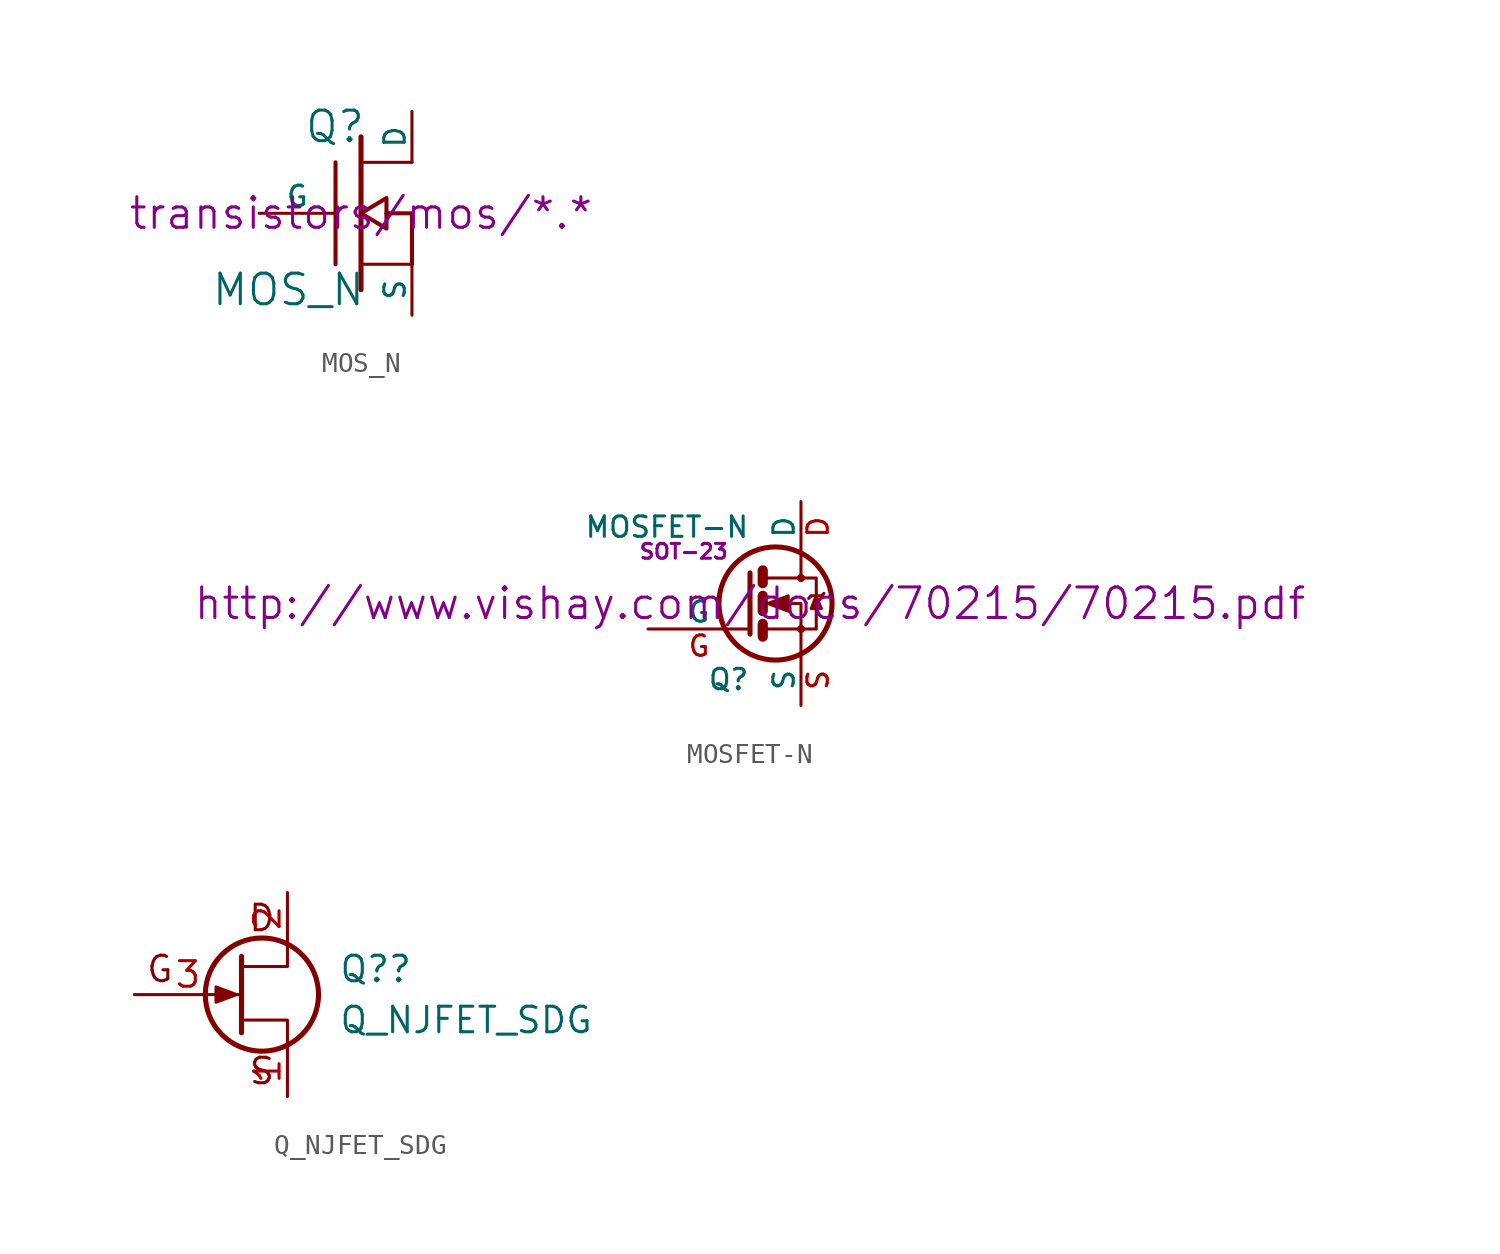
<source format=kicad_sym>
(kicad_symbol_lib
  (version 20211014)
  (generator kicad_symbol_editor)
  (symbol "MOS_N"
    (pin_numbers hide)
    (pin_names
      (offset 0))
    (property "Reference" "Q"
      (at 0.254 4.318 0)
      (effects (font (size 1.524 1.524)) (justify right)))
    (property "Value" "MOS_N"
      (at 0.254 -3.81 0)
      (effects (font (size 1.524 1.524)) (justify right)))
    (property "Footprint" ""
      (at 0 0 0)
      (effects (font (size 1.524 1.524))))
    (property "Datasheet" "transistors/mos/*.*"
      (at 0 0 0)
      (effects (font (size 1.524 1.524))))
    (symbol "MOS_N_0_1"
      (polyline (pts (xy -1.27 -2.54) (xy -1.27 2.54)) (stroke (width 0.203) (type default) (color 0 0 0 0)) (fill (type none)))
      (polyline (pts (xy 0 -3.81) (xy 0 3.81)) (stroke (width 0.254) (type default) (color 0 0 0 0)) (fill (type none)))
      (polyline (pts (xy 2.54 -2.54) (xy 0 -2.54)) (stroke (width 0) (type default) (color 0 0 0 0)) (fill (type none)))
      (polyline (pts (xy 2.54 2.54) (xy 0 2.54)) (stroke (width 0) (type default) (color 0 0 0 0)) (fill (type none)))
      (polyline (pts (xy 2.54 -2.54) (xy 2.54 0) (xy 1.27 0)) (stroke (width 0.203) (type default) (color 0 0 0 0)) (fill (type none)))
      (polyline (pts (xy 1.27 0.762) (xy 1.27 -0.762) (xy 0 0) (xy 1.27 0.762) (xy 1.27 0.762)) (stroke (width 0.203) (type default) (color 0 0 0 0)) (fill (type none))))
    (symbol "MOS_N_1_1"
      (pin passive line (at 2.54 5.08 270) (length 2.54) (name "D" (effects (font (size 1.016 1.016)))) (number "D" (effects (font (size 1.016 1.016)))))
      (pin input line (at -5.08 0 0) (length 3.81) (name "G" (effects (font (size 1.016 1.016)))) (number "G" (effects (font (size 1.016 1.016)))))
      (pin passive line (at 2.54 -5.08 90) (length 2.54) (name "S" (effects (font (size 1.016 1.016)))) (number "S" (effects (font (size 1.016 1.016)))))))
  (symbol "MOSFET-N"
    (pin_names
      (offset 0))
    (property "Reference" "Q"
      (at 0 -3.785 0)
      (effects (font (size 1.016 1.016)) (justify right)))
    (property "Value" "MOSFET-N"
      (at 0 3.81 0)
      (effects (font (size 1.016 1.016)) (justify right)))
    (property "Footprint" "SOT-23"
      (at -3.302 2.591 0)
      (effects (font (size 0.737 0.737))))
    (property "Datasheet" "http://www.vishay.com/docs/70215/70215.pdf"
      (at 0 0 0)
      (effects (font (size 1.524 1.524))))
    (symbol "MOSFET-N_0_1"
      (polyline (pts (xy 0.635 -1.016) (xy 0.635 -1.651)) (stroke (width 0.508) (type default) (color 0 0 0 0)) (fill (type none)))
      (polyline (pts (xy 0.635 0.381) (xy 0.635 -0.381)) (stroke (width 0.508) (type default) (color 0 0 0 0)) (fill (type none)))
      (polyline (pts (xy 0.635 1.651) (xy 0.635 1.016)) (stroke (width 0.508) (type default) (color 0 0 0 0)) (fill (type none)))
      (polyline (pts (xy 3.048 0.381) (xy 2.921 0.254)) (stroke (width 0) (type default) (color 0 0 0 0)) (fill (type none)))
      (polyline (pts (xy 3.048 0.381) (xy 3.556 0.381)) (stroke (width 0) (type default) (color 0 0 0 0)) (fill (type none)))
      (polyline (pts (xy 3.556 0.381) (xy 3.683 0.508)) (stroke (width 0) (type default) (color 0 0 0 0)) (fill (type none)))
      (polyline (pts (xy 0 1.524) (xy 0 -1.524) (xy 0 -1.524)) (stroke (width 0.254) (type default) (color 0 0 0 0)) (fill (type none)))
      (polyline (pts (xy 0.762 -1.27) (xy 2.54 -1.27) (xy 2.54 -2.54) (xy 2.54 -2.54)) (stroke (width 0) (type default) (color 0 0 0 0)) (fill (type none)))
      (polyline (pts (xy 0.762 1.27) (xy 2.54 1.27) (xy 2.54 2.54) (xy 2.54 2.54)) (stroke (width 0) (type default) (color 0 0 0 0)) (fill (type none)))
      (polyline (pts (xy 2.54 1.27) (xy 3.302 1.27) (xy 3.302 -1.27) (xy 2.54 -1.27)) (stroke (width 0) (type default) (color 0 0 0 0)) (fill (type none)))
      (polyline (pts (xy 3.302 0.381) (xy 3.048 -0.254) (xy 3.556 -0.254) (xy 3.302 0.381)) (stroke (width 0) (type default) (color 0 0 0 0)) (fill (type outline)))
      (polyline (pts (xy 0.762 0) (xy 1.27 0) (xy 2.54 0) (xy 2.54 -1.27) (xy 2.54 -1.27)) (stroke (width 0) (type default) (color 0 0 0 0)) (fill (type none)))
      (polyline (pts (xy 0.889 0) (xy 1.905 0.381) (xy 1.905 -0.381) (xy 0.889 0) (xy 1.016 0) (xy 1.016 0)) (stroke (width 0) (type default) (color 0 0 0 0)) (fill (type outline)))
      (circle (center 1.27 0) (radius 2.819) (stroke (width 0.254) (type default) (color 0 0 0 0)) (fill (type none)))
      (circle (center 2.54 -1.27) (radius 0.127) (stroke (width 0) (type default) (color 0 0 0 0)) (fill (type none)))
      (circle (center 2.54 1.27) (radius 0.127) (stroke (width 0) (type default) (color 0 0 0 0)) (fill (type none))))
    (symbol "MOSFET-N_1_1"
      (pin passive line (at 2.54 5.08 270) (length 2.54) (name "D" (effects (font (size 1.016 1.016)))) (number "D" (effects (font (size 1.016 1.016)))))
      (pin input line (at -5.08 -1.27 0) (length 5.08) (name "G" (effects (font (size 1.016 1.016)))) (number "G" (effects (font (size 1.016 1.016)))))
      (pin passive line (at 2.54 -5.08 90) (length 2.54) (name "S" (effects (font (size 1.016 1.016)))) (number "S" (effects (font (size 1.016 1.016)))))))
  (symbol "Q_NJFET_SDG"
    (pin_names
      (offset 0) hide)
    (property "Reference" "Q?"
      (at 5.08 1.27 0)
      (effects (font (size 1.27 1.27)) (justify left)))
    (property "Value" "Q_NJFET_SDG"
      (at 5.08 -1.27 0)
      (effects (font (size 1.27 1.27)) (justify left)))
    (symbol "Q_NJFET_SDG_0_0"
      (text "D" (at 1.27 3.81 0) (effects (font (size 1.27 1.27))))
      (text "G" (at -3.81 1.27 0) (effects (font (size 1.27 1.27))))
      (text "S" (at 1.27 -3.81 0) (effects (font (size 1.27 1.27)))))
    (symbol "Q_NJFET_SDG_0_1"
      (polyline (pts (xy 0.254 1.905) (xy 0.254 -1.905) (xy 0.254 -1.905)) (stroke (width 0.254) (type default) (color 0 0 0 0)) (fill (type none)))
      (polyline (pts (xy 2.54 -2.54) (xy 2.54 -1.27) (xy 0.254 -1.27)) (stroke (width 0) (type default) (color 0 0 0 0)) (fill (type none)))
      (polyline (pts (xy 2.54 2.54) (xy 2.54 1.397) (xy 0.254 1.397)) (stroke (width 0) (type default) (color 0 0 0 0)) (fill (type none)))
      (polyline (pts (xy 0 0) (xy -1.016 0.381) (xy -1.016 -0.381) (xy 0 0)) (stroke (width 0) (type default) (color 0 0 0 0)) (fill (type outline)))
      (circle (center 1.27 0) (radius 2.819) (stroke (width 0.254) (type default) (color 0 0 0 0)) (fill (type none))))
    (symbol "Q_NJFET_SDG_1_1"
      (pin passive line (at 2.54 -5.08 90) (length 2.54) (name "S" (effects (font (size 1.27 1.27)))) (number "1" (effects (font (size 1.27 1.27)))))
      (pin passive line (at 2.54 5.08 270) (length 2.54) (name "D" (effects (font (size 1.27 1.27)))) (number "2" (effects (font (size 1.27 1.27)))))
      (pin input line (at -5.08 0 0) (length 5.334) (name "G" (effects (font (size 1.27 1.27)))) (number "3" (effects (font (size 1.27 1.27))))))))
</source>
